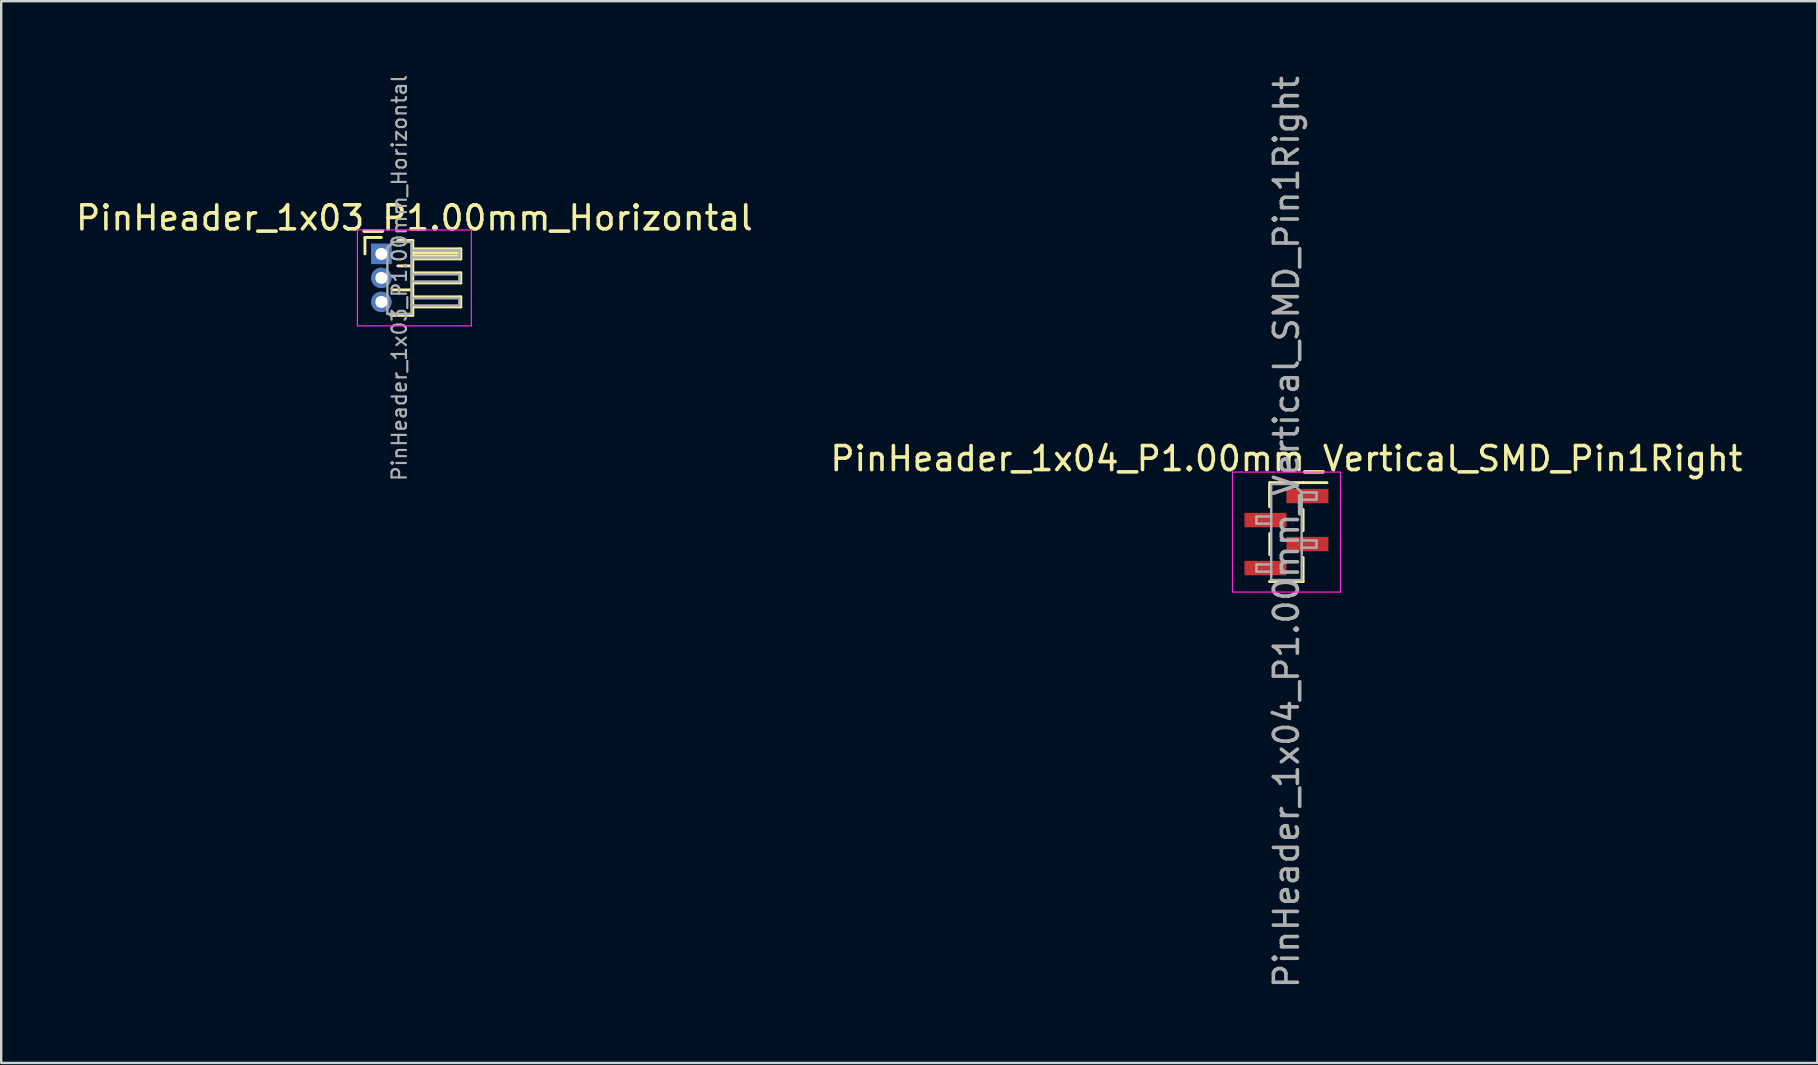
<source format=kicad_pcb>
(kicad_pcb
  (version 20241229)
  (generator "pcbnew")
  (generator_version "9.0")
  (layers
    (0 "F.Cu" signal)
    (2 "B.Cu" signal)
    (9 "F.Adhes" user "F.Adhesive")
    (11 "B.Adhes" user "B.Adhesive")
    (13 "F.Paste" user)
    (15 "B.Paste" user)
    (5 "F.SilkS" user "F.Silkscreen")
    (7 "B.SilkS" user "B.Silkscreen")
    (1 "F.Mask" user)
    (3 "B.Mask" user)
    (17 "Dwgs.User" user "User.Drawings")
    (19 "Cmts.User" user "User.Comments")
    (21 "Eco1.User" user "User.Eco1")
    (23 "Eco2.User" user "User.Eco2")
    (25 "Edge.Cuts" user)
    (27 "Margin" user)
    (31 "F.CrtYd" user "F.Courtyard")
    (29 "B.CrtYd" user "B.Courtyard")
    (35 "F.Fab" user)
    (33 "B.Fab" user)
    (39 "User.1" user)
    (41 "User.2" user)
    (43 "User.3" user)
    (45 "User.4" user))
  (footprint "PinHeader_1x04_P1.00mm_Vertical_SMD_Pin1Right"
    (layer "F.Cu")
    (at 50.565 19.125)
    (property "Reference" "PinHeader_1x04_P1.00mm_Vertical_SMD_Pin1Right" (at 0 -3.06 0) (layer "F.SilkS") (effects (font (size 1 1) (thickness 0.15))))
    (attr smd)
    (fp_line (start -0.695 -2.06) (end -0.695 -1.06) (stroke (width 0.12) (type solid)) (layer "F.SilkS"))
    (fp_line (start -0.695 -2.06) (end 0.695 -2.06) (stroke (width 0.12) (type solid)) (layer "F.SilkS"))
    (fp_line (start -0.695 -1.94) (end -0.695 -1.06) (stroke (width 0.12) (type solid)) (layer "F.SilkS"))
    (fp_line (start -0.695 0.06) (end -0.695 0.94) (stroke (width 0.12) (type solid)) (layer "F.SilkS"))
    (fp_line (start -0.695 2.06) (end -0.695 2.06) (stroke (width 0.12) (type solid)) (layer "F.SilkS"))
    (fp_line (start -0.695 2.06) (end 0.695 2.06) (stroke (width 0.12) (type solid)) (layer "F.SilkS"))
    (fp_line (start 0.695 -2.06) (end 0.695 -2.06) (stroke (width 0.12) (type solid)) (layer "F.SilkS"))
    (fp_line (start 0.695 -2.06) (end 1.69 -2.06) (stroke (width 0.12) (type solid)) (layer "F.SilkS"))
    (fp_line (start 0.695 -0.94) (end 0.695 -0.06) (stroke (width 0.12) (type solid)) (layer "F.SilkS"))
    (fp_line (start 0.695 1.06) (end 0.695 2.06) (stroke (width 0.12) (type solid)) (layer "F.SilkS"))
    (fp_line (start -2.25 -2.5) (end -2.25 2.5) (stroke (width 0.05) (type solid)) (layer "F.CrtYd"))
    (fp_line (start -2.25 2.5) (end 2.25 2.5) (stroke (width 0.05) (type solid)) (layer "F.CrtYd"))
    (fp_line (start 2.25 -2.5) (end -2.25 -2.5) (stroke (width 0.05) (type solid)) (layer "F.CrtYd"))
    (fp_line (start 2.25 2.5) (end 2.25 -2.5) (stroke (width 0.05) (type solid)) (layer "F.CrtYd"))
    (fp_line (start -1.25 -0.65) (end -1.25 -0.35) (stroke (width 0.1) (type solid)) (layer "F.Fab"))
    (fp_line (start -1.25 -0.35) (end -0.635 -0.35) (stroke (width 0.1) (type solid)) (layer "F.Fab"))
    (fp_line (start -1.25 1.35) (end -1.25 1.65) (stroke (width 0.1) (type solid)) (layer "F.Fab"))
    (fp_line (start -1.25 1.65) (end -0.635 1.65) (stroke (width 0.1) (type solid)) (layer "F.Fab"))
    (fp_line (start -0.635 -2) (end -0.635 2) (stroke (width 0.1) (type solid)) (layer "F.Fab"))
    (fp_line (start -0.635 -2) (end 0.285 -2) (stroke (width 0.1) (type solid)) (layer "F.Fab"))
    (fp_line (start -0.635 -0.65) (end -1.25 -0.65) (stroke (width 0.1) (type solid)) (layer "F.Fab"))
    (fp_line (start -0.635 1.35) (end -1.25 1.35) (stroke (width 0.1) (type solid)) (layer "F.Fab"))
    (fp_line (start 0.635 -1.65) (end 0.285 -2) (stroke (width 0.1) (type solid)) (layer "F.Fab"))
    (fp_line (start 0.635 -1.65) (end 1.25 -1.65) (stroke (width 0.1) (type solid)) (layer "F.Fab"))
    (fp_line (start 0.635 0.35) (end 1.25 0.35) (stroke (width 0.1) (type solid)) (layer "F.Fab"))
    (fp_line (start 0.635 2) (end -0.635 2) (stroke (width 0.1) (type solid)) (layer "F.Fab"))
    (fp_line (start 0.635 2) (end 0.635 -1.65) (stroke (width 0.1) (type solid)) (layer "F.Fab"))
    (fp_line (start 1.25 -1.65) (end 1.25 -1.35) (stroke (width 0.1) (type solid)) (layer "F.Fab"))
    (fp_line (start 1.25 -1.35) (end 0.635 -1.35) (stroke (width 0.1) (type solid)) (layer "F.Fab"))
    (fp_line (start 1.25 0.35) (end 1.25 0.65) (stroke (width 0.1) (type solid)) (layer "F.Fab"))
    (fp_line (start 1.25 0.65) (end 0.635 0.65) (stroke (width 0.1) (type solid)) (layer "F.Fab"))
    (fp_text user "${REFERENCE}" (at 0 0 90) (layer "F.Fab") (effects (font (size 1 1) (thickness 0.15))))
    (pad "1" smd rect (at 0.875 -1.5) (size 1.75 0.6) (layers "F.Cu" "F.Mask" "F.Paste"))
    (pad "2" smd rect (at -0.875 -0.5) (size 1.75 0.6) (layers "F.Cu" "F.Mask" "F.Paste"))
    (pad "3" smd rect (at 0.875 0.5) (size 1.75 0.6) (layers "F.Cu" "F.Mask" "F.Paste"))
    (pad "4" smd rect (at -0.875 1.5) (size 1.75 0.6) (layers "F.Cu" "F.Mask" "F.Paste")))
  (footprint "PinHeader_1x03_P1.00mm_Horizontal"
    (layer "F.Cu")
    (at 12.845 7.532)
    (property "Reference" "PinHeader_1x03_P1.00mm_Horizontal" (at 1.375 -1.5 0) (layer "F.SilkS") (effects (font (size 1 1) (thickness 0.15))))
    (attr through_hole)
    (fp_line (start -0.685 -0.685) (end 0 -0.685) (stroke (width 0.12) (type solid)) (layer "F.SilkS"))
    (fp_line (start -0.685 0) (end -0.685 -0.685) (stroke (width 0.12) (type solid)) (layer "F.SilkS"))
    (fp_line (start 0.468 1.5) (end 1.31 1.5) (stroke (width 0.12) (type solid)) (layer "F.SilkS"))
    (fp_line (start 0.685 -0.56) (end 1.31 -0.56) (stroke (width 0.12) (type solid)) (layer "F.SilkS"))
    (fp_line (start 0.685 0.5) (end 1.31 0.5) (stroke (width 0.12) (type solid)) (layer "F.SilkS"))
    (fp_line (start 1.31 -0.56) (end 1.31 2.56) (stroke (width 0.12) (type solid)) (layer "F.SilkS"))
    (fp_line (start 1.31 -0.21) (end 3.31 -0.21) (stroke (width 0.12) (type solid)) (layer "F.SilkS"))
    (fp_line (start 1.31 -0.15) (end 3.31 -0.15) (stroke (width 0.12) (type solid)) (layer "F.SilkS"))
    (fp_line (start 1.31 -0.03) (end 3.31 -0.03) (stroke (width 0.12) (type solid)) (layer "F.SilkS"))
    (fp_line (start 1.31 0.09) (end 3.31 0.09) (stroke (width 0.12) (type solid)) (layer "F.SilkS"))
    (fp_line (start 1.31 0.79) (end 3.31 0.79) (stroke (width 0.12) (type solid)) (layer "F.SilkS"))
    (fp_line (start 1.31 1.79) (end 3.31 1.79) (stroke (width 0.12) (type solid)) (layer "F.SilkS"))
    (fp_line (start 1.31 2.56) (end 0.394 2.56) (stroke (width 0.12) (type solid)) (layer "F.SilkS"))
    (fp_line (start 3.31 -0.21) (end 3.31 0.21) (stroke (width 0.12) (type solid)) (layer "F.SilkS"))
    (fp_line (start 3.31 0.21) (end 1.31 0.21) (stroke (width 0.12) (type solid)) (layer "F.SilkS"))
    (fp_line (start 3.31 0.79) (end 3.31 1.21) (stroke (width 0.12) (type solid)) (layer "F.SilkS"))
    (fp_line (start 3.31 1.21) (end 1.31 1.21) (stroke (width 0.12) (type solid)) (layer "F.SilkS"))
    (fp_line (start 3.31 1.79) (end 3.31 2.21) (stroke (width 0.12) (type solid)) (layer "F.SilkS"))
    (fp_line (start 3.31 2.21) (end 1.31 2.21) (stroke (width 0.12) (type solid)) (layer "F.SilkS"))
    (fp_line (start -1 -1) (end -1 3) (stroke (width 0.05) (type solid)) (layer "F.CrtYd"))
    (fp_line (start -1 3) (end 3.75 3) (stroke (width 0.05) (type solid)) (layer "F.CrtYd"))
    (fp_line (start 3.75 -1) (end -1 -1) (stroke (width 0.05) (type solid)) (layer "F.CrtYd"))
    (fp_line (start 3.75 3) (end 3.75 -1) (stroke (width 0.05) (type solid)) (layer "F.CrtYd"))
    (fp_line (start -0.15 -0.15) (end -0.15 0.15) (stroke (width 0.1) (type solid)) (layer "F.Fab"))
    (fp_line (start -0.15 -0.15) (end 0.25 -0.15) (stroke (width 0.1) (type solid)) (layer "F.Fab"))
    (fp_line (start -0.15 0.15) (end 0.25 0.15) (stroke (width 0.1) (type solid)) (layer "F.Fab"))
    (fp_line (start -0.15 0.85) (end -0.15 1.15) (stroke (width 0.1) (type solid)) (layer "F.Fab"))
    (fp_line (start -0.15 0.85) (end 0.25 0.85) (stroke (width 0.1) (type solid)) (layer "F.Fab"))
    (fp_line (start -0.15 1.15) (end 0.25 1.15) (stroke (width 0.1) (type solid)) (layer "F.Fab"))
    (fp_line (start -0.15 1.85) (end -0.15 2.15) (stroke (width 0.1) (type solid)) (layer "F.Fab"))
    (fp_line (start -0.15 1.85) (end 0.25 1.85) (stroke (width 0.1) (type solid)) (layer "F.Fab"))
    (fp_line (start -0.15 2.15) (end 0.25 2.15) (stroke (width 0.1) (type solid)) (layer "F.Fab"))
    (fp_line (start 0.25 -0.25) (end 0.5 -0.5) (stroke (width 0.1) (type solid)) (layer "F.Fab"))
    (fp_line (start 0.25 2.5) (end 0.25 -0.25) (stroke (width 0.1) (type solid)) (layer "F.Fab"))
    (fp_line (start 0.5 -0.5) (end 1.25 -0.5) (stroke (width 0.1) (type solid)) (layer "F.Fab"))
    (fp_line (start 1.25 -0.5) (end 1.25 2.5) (stroke (width 0.1) (type solid)) (layer "F.Fab"))
    (fp_line (start 1.25 -0.15) (end 3.25 -0.15) (stroke (width 0.1) (type solid)) (layer "F.Fab"))
    (fp_line (start 1.25 0.15) (end 3.25 0.15) (stroke (width 0.1) (type solid)) (layer "F.Fab"))
    (fp_line (start 1.25 0.85) (end 3.25 0.85) (stroke (width 0.1) (type solid)) (layer "F.Fab"))
    (fp_line (start 1.25 1.15) (end 3.25 1.15) (stroke (width 0.1) (type solid)) (layer "F.Fab"))
    (fp_line (start 1.25 1.85) (end 3.25 1.85) (stroke (width 0.1) (type solid)) (layer "F.Fab"))
    (fp_line (start 1.25 2.15) (end 3.25 2.15) (stroke (width 0.1) (type solid)) (layer "F.Fab"))
    (fp_line (start 1.25 2.5) (end 0.25 2.5) (stroke (width 0.1) (type solid)) (layer "F.Fab"))
    (fp_line (start 3.25 -0.15) (end 3.25 0.15) (stroke (width 0.1) (type solid)) (layer "F.Fab"))
    (fp_line (start 3.25 0.85) (end 3.25 1.15) (stroke (width 0.1) (type solid)) (layer "F.Fab"))
    (fp_line (start 3.25 1.85) (end 3.25 2.15) (stroke (width 0.1) (type solid)) (layer "F.Fab"))
    (fp_text user "${REFERENCE}" (at 0.75 1 90) (layer "F.Fab") (effects (font (size 0.6 0.6) (thickness 0.09))))
    (pad "1" thru_hole rect (at 0 0) (size 0.85 0.85) (drill 0.5) (layers "*.Cu" "*.Mask"))
    (pad "2" thru_hole oval (at 0 1) (size 0.85 0.85) (drill 0.5) (layers "*.Cu" "*.Mask"))
    (pad "3" thru_hole oval (at 0 2) (size 0.85 0.85) (drill 0.5) (layers "*.Cu" "*.Mask")))
  (gr_rect
    (start -3 -3)
    (end 72.69 41.25)
    (stroke (width 0.1) (type default))
    (fill no)
    (layer "Edge.Cuts")))
</source>
